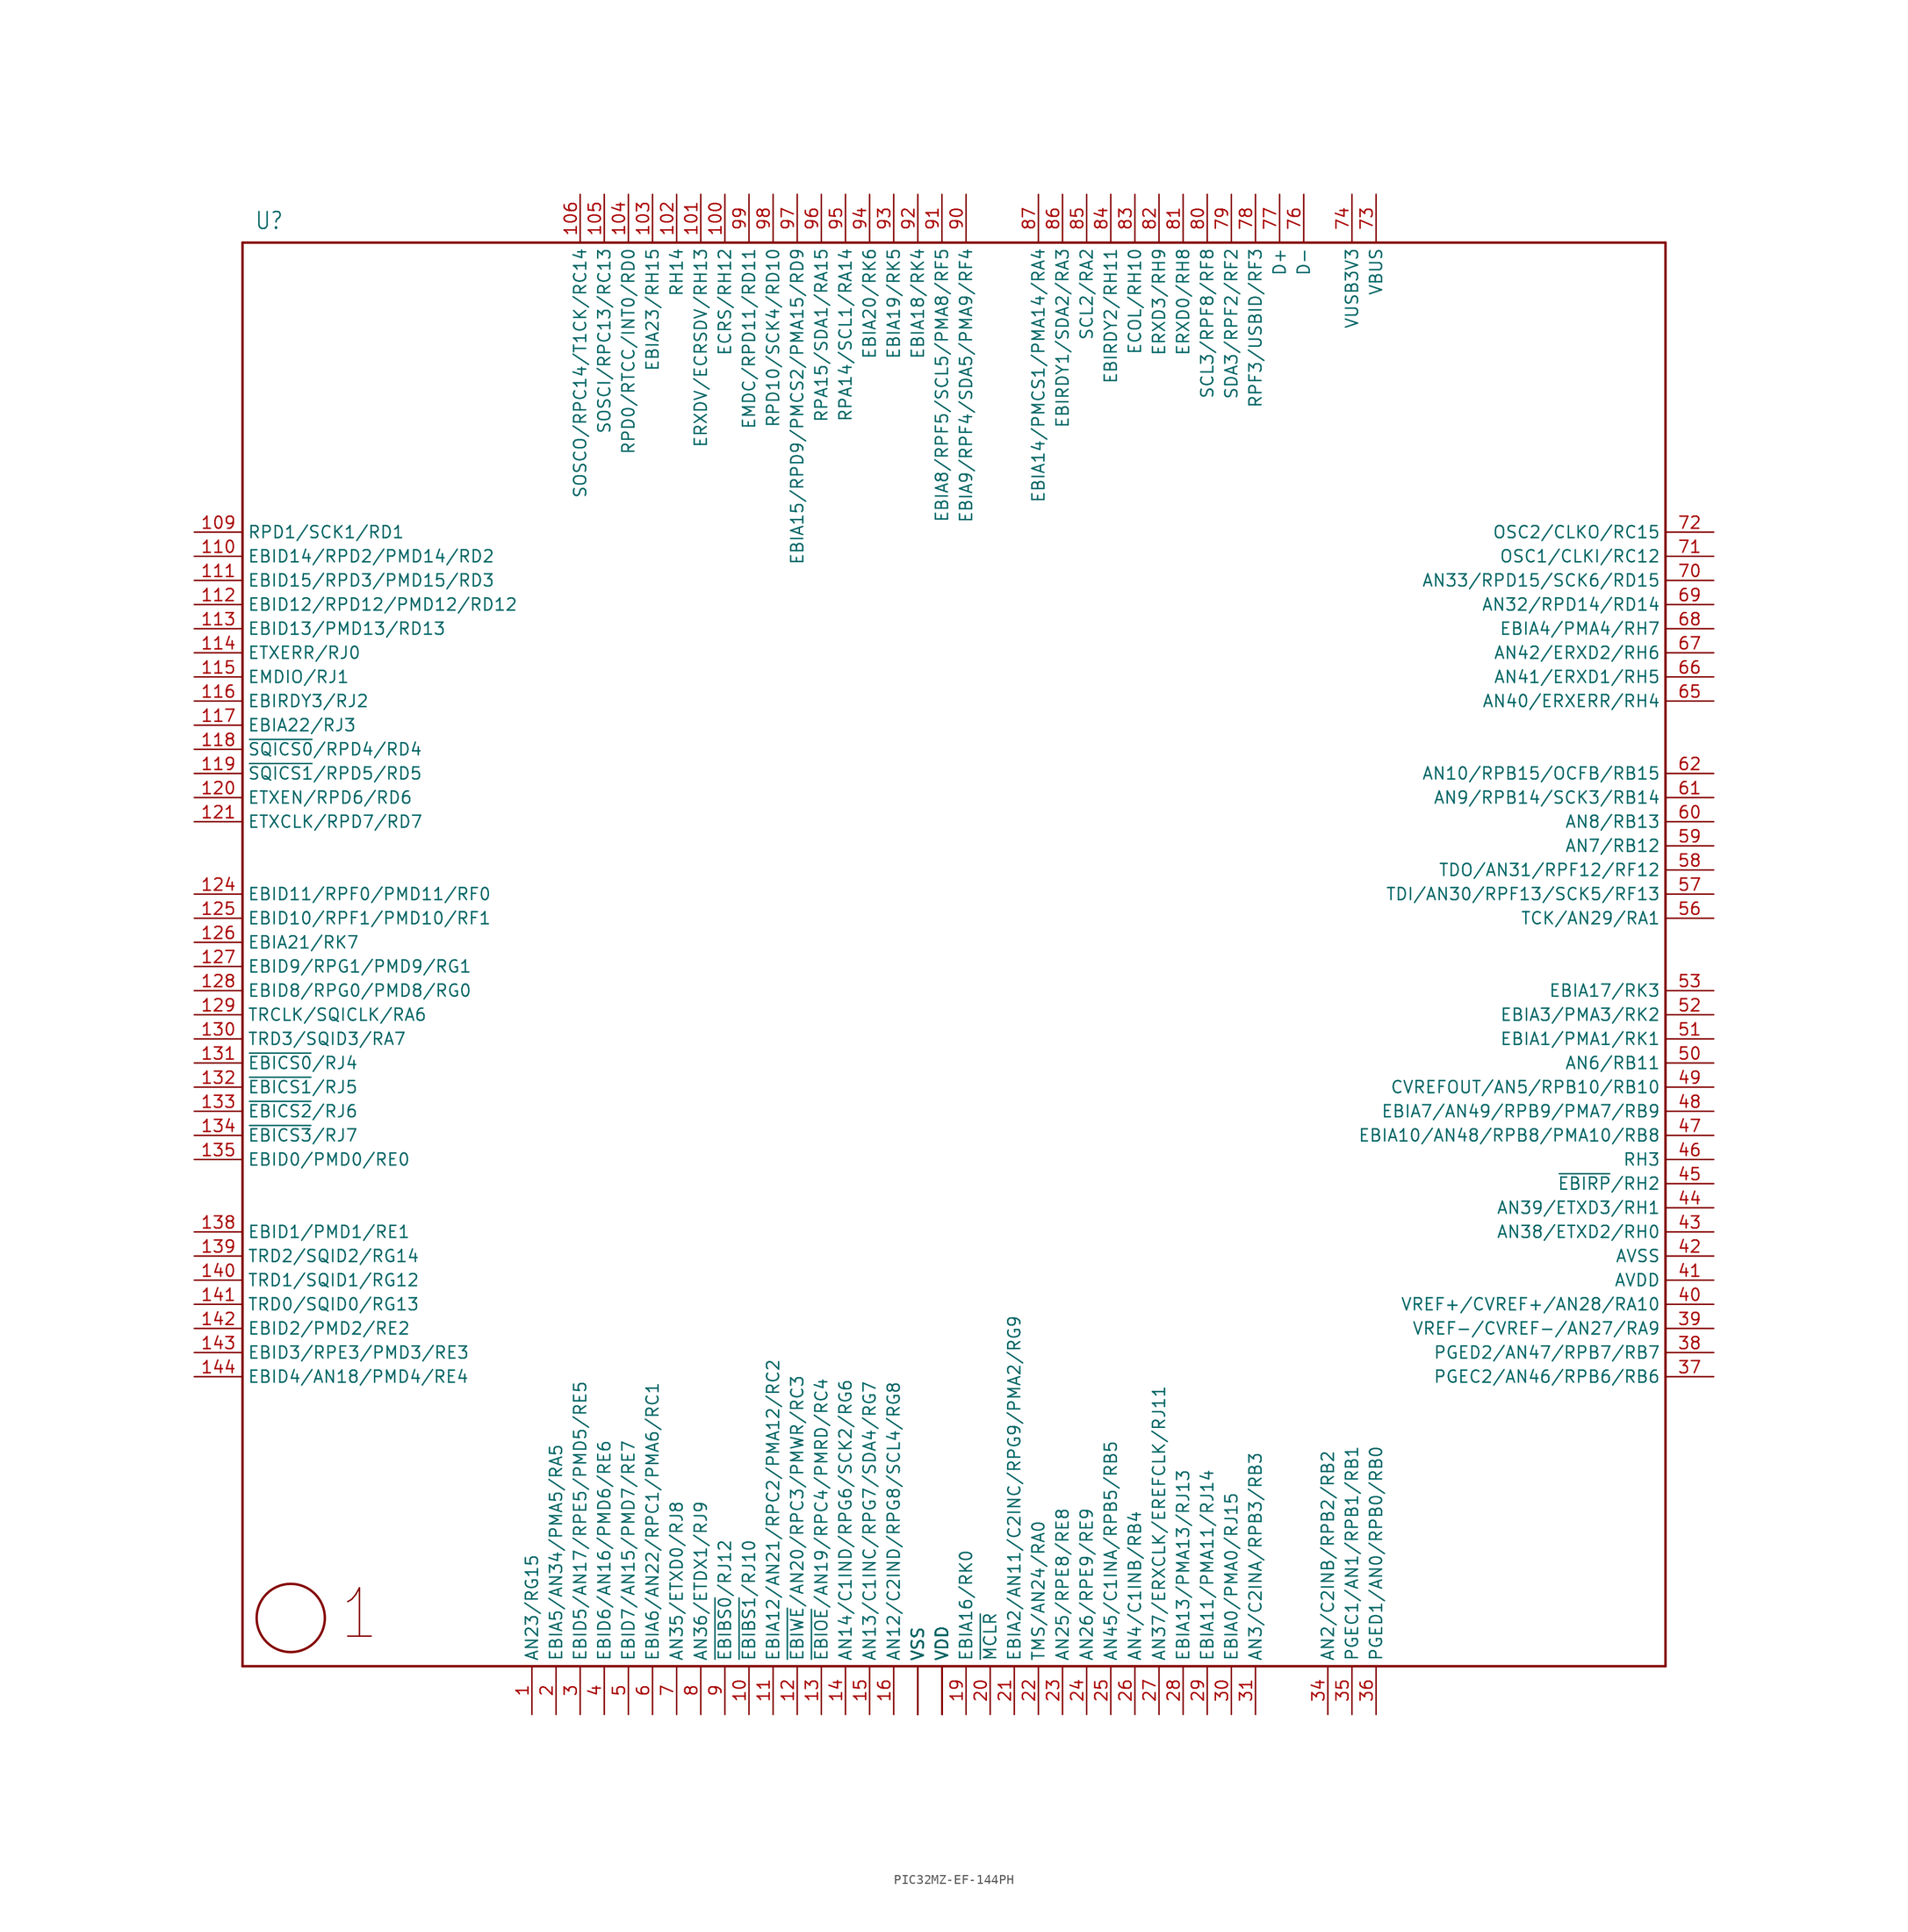
<source format=kicad_sym>
(kicad_symbol_lib
  (version 20231120)
  (generator "kicad_symbol_editor")
  (generator_version "8.0")
  (symbol "PIC32MZ-EF-144PH"
    (property "Reference" "U"
      (at -52.07 52.07 0)
      (effects (font (size 1.778 1.511)) (justify left bottom)))
    (property "Value" ""
      (at -10.16 -20.32 0)
      (effects (font (size 5.08 4.318)) (justify left bottom)))
    (property "ki_locked" ""
      (at 0 0 0)
      (effects (font (size 1.27 1.27))))
    (symbol "PIC32MZ-EF-144PH_1_0"
      (circle (center -48.26 -93.98) (radius 3.592) (stroke (width 0.254) (type solid)) (fill (type none)))
      (polyline (pts (xy -53.34 -99.06) (xy -53.34 50.8)) (stroke (width 0.254) (type solid)) (fill (type none)))
      (polyline (pts (xy -53.34 50.8) (xy 96.52 50.8)) (stroke (width 0.254) (type solid)) (fill (type none)))
      (polyline (pts (xy 96.52 -99.06) (xy -53.34 -99.06)) (stroke (width 0.254) (type solid)) (fill (type none)))
      (polyline (pts (xy 96.52 50.8) (xy 96.52 -99.06)) (stroke (width 0.254) (type solid)) (fill (type none)))
      (text "1" (at -43.18 -96.52 0) (effects (font (size 5.08 4.318)) (justify left bottom)))
      (pin bidirectional line (at -22.86 -104.14 90) (length 5.08) (name "AN23/RG15" (effects (font (size 1.27 1.27)))) (number "1" (effects (font (size 1.27 1.27)))))
      (pin bidirectional line (at 0 -104.14 90) (length 5.08) (name "~{EBIBS1}/RJ10" (effects (font (size 1.27 1.27)))) (number "10" (effects (font (size 1.27 1.27)))))
      (pin bidirectional line (at -2.54 55.88 270) (length 5.08) (name "ECRS/RH12" (effects (font (size 1.27 1.27)))) (number "100" (effects (font (size 1.27 1.27)))))
      (pin bidirectional line (at -5.08 55.88 270) (length 5.08) (name "ERXDV/ECRSDV/RH13" (effects (font (size 1.27 1.27)))) (number "101" (effects (font (size 1.27 1.27)))))
      (pin bidirectional line (at -7.62 55.88 270) (length 5.08) (name "RH14" (effects (font (size 1.27 1.27)))) (number "102" (effects (font (size 1.27 1.27)))))
      (pin bidirectional line (at -10.16 55.88 270) (length 5.08) (name "EBIA23/RH15" (effects (font (size 1.27 1.27)))) (number "103" (effects (font (size 1.27 1.27)))))
      (pin bidirectional line (at -12.7 55.88 270) (length 5.08) (name "RPD0/RTCC/INT0/RD0" (effects (font (size 1.27 1.27)))) (number "104" (effects (font (size 1.27 1.27)))))
      (pin bidirectional line (at -15.24 55.88 270) (length 5.08) (name "SOSCI/RPC13/RC13" (effects (font (size 1.27 1.27)))) (number "105" (effects (font (size 1.27 1.27)))))
      (pin bidirectional line (at -17.78 55.88 270) (length 5.08) (name "SOSCO/RPC14/T1CK/RC14" (effects (font (size 1.27 1.27)))) (number "106" (effects (font (size 1.27 1.27)))))
      (pin bidirectional line (at 20.32 -104.14 90) (length 5.08) (name "VDD" (effects (font (size 1.27 1.27)))) (number "107" (effects (font (size 0 0)))))
      (pin bidirectional line (at 17.78 -104.14 90) (length 5.08) (name "VSS" (effects (font (size 1.27 1.27)))) (number "108" (effects (font (size 0 0)))))
      (pin bidirectional line (at -58.42 20.32 0) (length 5.08) (name "RPD1/SCK1/RD1" (effects (font (size 1.27 1.27)))) (number "109" (effects (font (size 1.27 1.27)))))
      (pin bidirectional line (at 2.54 -104.14 90) (length 5.08) (name "EBIA12/AN21/RPC2/PMA12/RC2" (effects (font (size 1.27 1.27)))) (number "11" (effects (font (size 1.27 1.27)))))
      (pin bidirectional line (at -58.42 17.78 0) (length 5.08) (name "EBID14/RPD2/PMD14/RD2" (effects (font (size 1.27 1.27)))) (number "110" (effects (font (size 1.27 1.27)))))
      (pin bidirectional line (at -58.42 15.24 0) (length 5.08) (name "EBID15/RPD3/PMD15/RD3" (effects (font (size 1.27 1.27)))) (number "111" (effects (font (size 1.27 1.27)))))
      (pin bidirectional line (at -58.42 12.7 0) (length 5.08) (name "EBID12/RPD12/PMD12/RD12" (effects (font (size 1.27 1.27)))) (number "112" (effects (font (size 1.27 1.27)))))
      (pin bidirectional line (at -58.42 10.16 0) (length 5.08) (name "EBID13/PMD13/RD13" (effects (font (size 1.27 1.27)))) (number "113" (effects (font (size 1.27 1.27)))))
      (pin bidirectional line (at -58.42 7.62 0) (length 5.08) (name "ETXERR/RJ0" (effects (font (size 1.27 1.27)))) (number "114" (effects (font (size 1.27 1.27)))))
      (pin bidirectional line (at -58.42 5.08 0) (length 5.08) (name "EMDIO/RJ1" (effects (font (size 1.27 1.27)))) (number "115" (effects (font (size 1.27 1.27)))))
      (pin bidirectional line (at -58.42 2.54 0) (length 5.08) (name "EBIRDY3/RJ2" (effects (font (size 1.27 1.27)))) (number "116" (effects (font (size 1.27 1.27)))))
      (pin bidirectional line (at -58.42 0 0) (length 5.08) (name "EBIA22/RJ3" (effects (font (size 1.27 1.27)))) (number "117" (effects (font (size 1.27 1.27)))))
      (pin bidirectional line (at -58.42 -2.54 0) (length 5.08) (name "~{SQICS0}/RPD4/RD4" (effects (font (size 1.27 1.27)))) (number "118" (effects (font (size 1.27 1.27)))))
      (pin bidirectional line (at -58.42 -5.08 0) (length 5.08) (name "~{SQICS1}/RPD5/RD5" (effects (font (size 1.27 1.27)))) (number "119" (effects (font (size 1.27 1.27)))))
      (pin bidirectional line (at 5.08 -104.14 90) (length 5.08) (name "~{EBIWE}/AN20/RPC3/PMWR/RC3" (effects (font (size 1.27 1.27)))) (number "12" (effects (font (size 1.27 1.27)))))
      (pin bidirectional line (at -58.42 -7.62 0) (length 5.08) (name "ETXEN/RPD6/RD6" (effects (font (size 1.27 1.27)))) (number "120" (effects (font (size 1.27 1.27)))))
      (pin bidirectional line (at -58.42 -10.16 0) (length 5.08) (name "ETXCLK/RPD7/RD7" (effects (font (size 1.27 1.27)))) (number "121" (effects (font (size 1.27 1.27)))))
      (pin bidirectional line (at 20.32 -104.14 90) (length 5.08) (name "VDD" (effects (font (size 1.27 1.27)))) (number "122" (effects (font (size 0 0)))))
      (pin bidirectional line (at 17.78 -104.14 90) (length 5.08) (name "VSS" (effects (font (size 1.27 1.27)))) (number "123" (effects (font (size 0 0)))))
      (pin bidirectional line (at -58.42 -17.78 0) (length 5.08) (name "EBID11/RPF0/PMD11/RF0" (effects (font (size 1.27 1.27)))) (number "124" (effects (font (size 1.27 1.27)))))
      (pin bidirectional line (at -58.42 -20.32 0) (length 5.08) (name "EBID10/RPF1/PMD10/RF1" (effects (font (size 1.27 1.27)))) (number "125" (effects (font (size 1.27 1.27)))))
      (pin bidirectional line (at -58.42 -22.86 0) (length 5.08) (name "EBIA21/RK7" (effects (font (size 1.27 1.27)))) (number "126" (effects (font (size 1.27 1.27)))))
      (pin bidirectional line (at -58.42 -25.4 0) (length 5.08) (name "EBID9/RPG1/PMD9/RG1" (effects (font (size 1.27 1.27)))) (number "127" (effects (font (size 1.27 1.27)))))
      (pin bidirectional line (at -58.42 -27.94 0) (length 5.08) (name "EBID8/RPG0/PMD8/RG0" (effects (font (size 1.27 1.27)))) (number "128" (effects (font (size 1.27 1.27)))))
      (pin bidirectional line (at -58.42 -30.48 0) (length 5.08) (name "TRCLK/SQICLK/RA6" (effects (font (size 1.27 1.27)))) (number "129" (effects (font (size 1.27 1.27)))))
      (pin bidirectional line (at 7.62 -104.14 90) (length 5.08) (name "~{EBIOE}/AN19/RPC4/PMRD/RC4" (effects (font (size 1.27 1.27)))) (number "13" (effects (font (size 1.27 1.27)))))
      (pin bidirectional line (at -58.42 -33.02 0) (length 5.08) (name "TRD3/SQID3/RA7" (effects (font (size 1.27 1.27)))) (number "130" (effects (font (size 1.27 1.27)))))
      (pin bidirectional line (at -58.42 -35.56 0) (length 5.08) (name "~{EBICS0}/RJ4" (effects (font (size 1.27 1.27)))) (number "131" (effects (font (size 1.27 1.27)))))
      (pin bidirectional line (at -58.42 -38.1 0) (length 5.08) (name "~{EBICS1}/RJ5" (effects (font (size 1.27 1.27)))) (number "132" (effects (font (size 1.27 1.27)))))
      (pin bidirectional line (at -58.42 -40.64 0) (length 5.08) (name "~{EBICS2}/RJ6" (effects (font (size 1.27 1.27)))) (number "133" (effects (font (size 1.27 1.27)))))
      (pin bidirectional line (at -58.42 -43.18 0) (length 5.08) (name "~{EBICS3}/RJ7" (effects (font (size 1.27 1.27)))) (number "134" (effects (font (size 1.27 1.27)))))
      (pin bidirectional line (at -58.42 -45.72 0) (length 5.08) (name "EBID0/PMD0/RE0" (effects (font (size 1.27 1.27)))) (number "135" (effects (font (size 1.27 1.27)))))
      (pin bidirectional line (at 17.78 -104.14 90) (length 5.08) (name "VSS" (effects (font (size 1.27 1.27)))) (number "136" (effects (font (size 0 0)))))
      (pin bidirectional line (at 20.32 -104.14 90) (length 5.08) (name "VDD" (effects (font (size 1.27 1.27)))) (number "137" (effects (font (size 0 0)))))
      (pin bidirectional line (at -58.42 -53.34 0) (length 5.08) (name "EBID1/PMD1/RE1" (effects (font (size 1.27 1.27)))) (number "138" (effects (font (size 1.27 1.27)))))
      (pin bidirectional line (at -58.42 -55.88 0) (length 5.08) (name "TRD2/SQID2/RG14" (effects (font (size 1.27 1.27)))) (number "139" (effects (font (size 1.27 1.27)))))
      (pin bidirectional line (at 10.16 -104.14 90) (length 5.08) (name "AN14/C1IND/RPG6/SCK2/RG6" (effects (font (size 1.27 1.27)))) (number "14" (effects (font (size 1.27 1.27)))))
      (pin bidirectional line (at -58.42 -58.42 0) (length 5.08) (name "TRD1/SQID1/RG12" (effects (font (size 1.27 1.27)))) (number "140" (effects (font (size 1.27 1.27)))))
      (pin bidirectional line (at -58.42 -60.96 0) (length 5.08) (name "TRD0/SQID0/RG13" (effects (font (size 1.27 1.27)))) (number "141" (effects (font (size 1.27 1.27)))))
      (pin bidirectional line (at -58.42 -63.5 0) (length 5.08) (name "EBID2/PMD2/RE2" (effects (font (size 1.27 1.27)))) (number "142" (effects (font (size 1.27 1.27)))))
      (pin bidirectional line (at -58.42 -66.04 0) (length 5.08) (name "EBID3/RPE3/PMD3/RE3" (effects (font (size 1.27 1.27)))) (number "143" (effects (font (size 1.27 1.27)))))
      (pin bidirectional line (at -58.42 -68.58 0) (length 5.08) (name "EBID4/AN18/PMD4/RE4" (effects (font (size 1.27 1.27)))) (number "144" (effects (font (size 1.27 1.27)))))
      (pin bidirectional line (at 12.7 -104.14 90) (length 5.08) (name "AN13/C1INC/RPG7/SDA4/RG7" (effects (font (size 1.27 1.27)))) (number "15" (effects (font (size 1.27 1.27)))))
      (pin bidirectional line (at 15.24 -104.14 90) (length 5.08) (name "AN12/C2IND/RPG8/SCL4/RG8" (effects (font (size 1.27 1.27)))) (number "16" (effects (font (size 1.27 1.27)))))
      (pin bidirectional line (at 17.78 -104.14 90) (length 5.08) (name "VSS" (effects (font (size 1.27 1.27)))) (number "17" (effects (font (size 0 0)))))
      (pin bidirectional line (at 20.32 -104.14 90) (length 5.08) (name "VDD" (effects (font (size 1.27 1.27)))) (number "18" (effects (font (size 0 0)))))
      (pin bidirectional line (at 22.86 -104.14 90) (length 5.08) (name "EBIA16/RK0" (effects (font (size 1.27 1.27)))) (number "19" (effects (font (size 1.27 1.27)))))
      (pin bidirectional line (at -20.32 -104.14 90) (length 5.08) (name "EBIA5/AN34/PMA5/RA5" (effects (font (size 1.27 1.27)))) (number "2" (effects (font (size 1.27 1.27)))))
      (pin bidirectional line (at 25.4 -104.14 90) (length 5.08) (name "~{MCLR}" (effects (font (size 1.27 1.27)))) (number "20" (effects (font (size 1.27 1.27)))))
      (pin bidirectional line (at 27.94 -104.14 90) (length 5.08) (name "EBIA2/AN11/C2INC/RPG9/PMA2/RG9" (effects (font (size 1.27 1.27)))) (number "21" (effects (font (size 1.27 1.27)))))
      (pin bidirectional line (at 30.48 -104.14 90) (length 5.08) (name "TMS/AN24/RA0" (effects (font (size 1.27 1.27)))) (number "22" (effects (font (size 1.27 1.27)))))
      (pin bidirectional line (at 33.02 -104.14 90) (length 5.08) (name "AN25/RPE8/RE8" (effects (font (size 1.27 1.27)))) (number "23" (effects (font (size 1.27 1.27)))))
      (pin bidirectional line (at 35.56 -104.14 90) (length 5.08) (name "AN26/RPE9/RE9" (effects (font (size 1.27 1.27)))) (number "24" (effects (font (size 1.27 1.27)))))
      (pin bidirectional line (at 38.1 -104.14 90) (length 5.08) (name "AN45/C1INA/RPB5/RB5" (effects (font (size 1.27 1.27)))) (number "25" (effects (font (size 1.27 1.27)))))
      (pin bidirectional line (at 40.64 -104.14 90) (length 5.08) (name "AN4/C1INB/RB4" (effects (font (size 1.27 1.27)))) (number "26" (effects (font (size 1.27 1.27)))))
      (pin bidirectional line (at 43.18 -104.14 90) (length 5.08) (name "AN37/ERXCLK/EREFCLK/RJ11" (effects (font (size 1.27 1.27)))) (number "27" (effects (font (size 1.27 1.27)))))
      (pin bidirectional line (at 45.72 -104.14 90) (length 5.08) (name "EBIA13/PMA13/RJ13" (effects (font (size 1.27 1.27)))) (number "28" (effects (font (size 1.27 1.27)))))
      (pin bidirectional line (at 48.26 -104.14 90) (length 5.08) (name "EBIA11/PMA11/RJ14" (effects (font (size 1.27 1.27)))) (number "29" (effects (font (size 1.27 1.27)))))
      (pin bidirectional line (at -17.78 -104.14 90) (length 5.08) (name "EBID5/AN17/RPE5/PMD5/RE5" (effects (font (size 1.27 1.27)))) (number "3" (effects (font (size 1.27 1.27)))))
      (pin bidirectional line (at 50.8 -104.14 90) (length 5.08) (name "EBIA0/PMA0/RJ15" (effects (font (size 1.27 1.27)))) (number "30" (effects (font (size 1.27 1.27)))))
      (pin bidirectional line (at 53.34 -104.14 90) (length 5.08) (name "AN3/C2INA/RPB3/RB3" (effects (font (size 1.27 1.27)))) (number "31" (effects (font (size 1.27 1.27)))))
      (pin bidirectional line (at 17.78 -104.14 90) (length 5.08) (name "VSS" (effects (font (size 1.27 1.27)))) (number "32" (effects (font (size 0 0)))))
      (pin bidirectional line (at 20.32 -104.14 90) (length 5.08) (name "VDD" (effects (font (size 1.27 1.27)))) (number "33" (effects (font (size 0 0)))))
      (pin bidirectional line (at 60.96 -104.14 90) (length 5.08) (name "AN2/C2INB/RPB2/RB2" (effects (font (size 1.27 1.27)))) (number "34" (effects (font (size 1.27 1.27)))))
      (pin bidirectional line (at 63.5 -104.14 90) (length 5.08) (name "PGEC1/AN1/RPB1/RB1" (effects (font (size 1.27 1.27)))) (number "35" (effects (font (size 1.27 1.27)))))
      (pin bidirectional line (at 66.04 -104.14 90) (length 5.08) (name "PGED1/AN0/RPB0/RB0" (effects (font (size 1.27 1.27)))) (number "36" (effects (font (size 1.27 1.27)))))
      (pin bidirectional line (at 101.6 -68.58 180) (length 5.08) (name "PGEC2/AN46/RPB6/RB6" (effects (font (size 1.27 1.27)))) (number "37" (effects (font (size 1.27 1.27)))))
      (pin bidirectional line (at 101.6 -66.04 180) (length 5.08) (name "PGED2/AN47/RPB7/RB7" (effects (font (size 1.27 1.27)))) (number "38" (effects (font (size 1.27 1.27)))))
      (pin bidirectional line (at 101.6 -63.5 180) (length 5.08) (name "VREF-/CVREF-/AN27/RA9" (effects (font (size 1.27 1.27)))) (number "39" (effects (font (size 1.27 1.27)))))
      (pin bidirectional line (at -15.24 -104.14 90) (length 5.08) (name "EBID6/AN16/PMD6/RE6" (effects (font (size 1.27 1.27)))) (number "4" (effects (font (size 1.27 1.27)))))
      (pin bidirectional line (at 101.6 -60.96 180) (length 5.08) (name "VREF+/CVREF+/AN28/RA10" (effects (font (size 1.27 1.27)))) (number "40" (effects (font (size 1.27 1.27)))))
      (pin bidirectional line (at 101.6 -58.42 180) (length 5.08) (name "AVDD" (effects (font (size 1.27 1.27)))) (number "41" (effects (font (size 1.27 1.27)))))
      (pin bidirectional line (at 101.6 -55.88 180) (length 5.08) (name "AVSS" (effects (font (size 1.27 1.27)))) (number "42" (effects (font (size 1.27 1.27)))))
      (pin bidirectional line (at 101.6 -53.34 180) (length 5.08) (name "AN38/ETXD2/RH0" (effects (font (size 1.27 1.27)))) (number "43" (effects (font (size 1.27 1.27)))))
      (pin bidirectional line (at 101.6 -50.8 180) (length 5.08) (name "AN39/ETXD3/RH1" (effects (font (size 1.27 1.27)))) (number "44" (effects (font (size 1.27 1.27)))))
      (pin bidirectional line (at 101.6 -48.26 180) (length 5.08) (name "~{EBIRP}/RH2" (effects (font (size 1.27 1.27)))) (number "45" (effects (font (size 1.27 1.27)))))
      (pin bidirectional line (at 101.6 -45.72 180) (length 5.08) (name "RH3" (effects (font (size 1.27 1.27)))) (number "46" (effects (font (size 1.27 1.27)))))
      (pin bidirectional line (at 101.6 -43.18 180) (length 5.08) (name "EBIA10/AN48/RPB8/PMA10/RB8" (effects (font (size 1.27 1.27)))) (number "47" (effects (font (size 1.27 1.27)))))
      (pin bidirectional line (at 101.6 -40.64 180) (length 5.08) (name "EBIA7/AN49/RPB9/PMA7/RB9" (effects (font (size 1.27 1.27)))) (number "48" (effects (font (size 1.27 1.27)))))
      (pin bidirectional line (at 101.6 -38.1 180) (length 5.08) (name "CVREFOUT/AN5/RPB10/RB10" (effects (font (size 1.27 1.27)))) (number "49" (effects (font (size 1.27 1.27)))))
      (pin bidirectional line (at -12.7 -104.14 90) (length 5.08) (name "EBID7/AN15/PMD7/RE7" (effects (font (size 1.27 1.27)))) (number "5" (effects (font (size 1.27 1.27)))))
      (pin bidirectional line (at 101.6 -35.56 180) (length 5.08) (name "AN6/RB11" (effects (font (size 1.27 1.27)))) (number "50" (effects (font (size 1.27 1.27)))))
      (pin bidirectional line (at 101.6 -33.02 180) (length 5.08) (name "EBIA1/PMA1/RK1" (effects (font (size 1.27 1.27)))) (number "51" (effects (font (size 1.27 1.27)))))
      (pin bidirectional line (at 101.6 -30.48 180) (length 5.08) (name "EBIA3/PMA3/RK2" (effects (font (size 1.27 1.27)))) (number "52" (effects (font (size 1.27 1.27)))))
      (pin bidirectional line (at 101.6 -27.94 180) (length 5.08) (name "EBIA17/RK3" (effects (font (size 1.27 1.27)))) (number "53" (effects (font (size 1.27 1.27)))))
      (pin bidirectional line (at 17.78 -104.14 90) (length 5.08) (name "VSS" (effects (font (size 1.27 1.27)))) (number "54" (effects (font (size 0 0)))))
      (pin bidirectional line (at 20.32 -104.14 90) (length 5.08) (name "VDD" (effects (font (size 1.27 1.27)))) (number "55" (effects (font (size 0 0)))))
      (pin bidirectional line (at 101.6 -20.32 180) (length 5.08) (name "TCK/AN29/RA1" (effects (font (size 1.27 1.27)))) (number "56" (effects (font (size 1.27 1.27)))))
      (pin bidirectional line (at 101.6 -17.78 180) (length 5.08) (name "TDI/AN30/RPF13/SCK5/RF13" (effects (font (size 1.27 1.27)))) (number "57" (effects (font (size 1.27 1.27)))))
      (pin bidirectional line (at 101.6 -15.24 180) (length 5.08) (name "TDO/AN31/RPF12/RF12" (effects (font (size 1.27 1.27)))) (number "58" (effects (font (size 1.27 1.27)))))
      (pin bidirectional line (at 101.6 -12.7 180) (length 5.08) (name "AN7/RB12" (effects (font (size 1.27 1.27)))) (number "59" (effects (font (size 1.27 1.27)))))
      (pin bidirectional line (at -10.16 -104.14 90) (length 5.08) (name "EBIA6/AN22/RPC1/PMA6/RC1" (effects (font (size 1.27 1.27)))) (number "6" (effects (font (size 1.27 1.27)))))
      (pin bidirectional line (at 101.6 -10.16 180) (length 5.08) (name "AN8/RB13" (effects (font (size 1.27 1.27)))) (number "60" (effects (font (size 1.27 1.27)))))
      (pin bidirectional line (at 101.6 -7.62 180) (length 5.08) (name "AN9/RPB14/SCK3/RB14" (effects (font (size 1.27 1.27)))) (number "61" (effects (font (size 1.27 1.27)))))
      (pin bidirectional line (at 101.6 -5.08 180) (length 5.08) (name "AN10/RPB15/OCFB/RB15" (effects (font (size 1.27 1.27)))) (number "62" (effects (font (size 1.27 1.27)))))
      (pin bidirectional line (at 17.78 -104.14 90) (length 5.08) (name "VSS" (effects (font (size 1.27 1.27)))) (number "63" (effects (font (size 0 0)))))
      (pin bidirectional line (at 20.32 -104.14 90) (length 5.08) (name "VDD" (effects (font (size 1.27 1.27)))) (number "64" (effects (font (size 0 0)))))
      (pin bidirectional line (at 101.6 2.54 180) (length 5.08) (name "AN40/ERXERR/RH4" (effects (font (size 1.27 1.27)))) (number "65" (effects (font (size 1.27 1.27)))))
      (pin bidirectional line (at 101.6 5.08 180) (length 5.08) (name "AN41/ERXD1/RH5" (effects (font (size 1.27 1.27)))) (number "66" (effects (font (size 1.27 1.27)))))
      (pin bidirectional line (at 101.6 7.62 180) (length 5.08) (name "AN42/ERXD2/RH6" (effects (font (size 1.27 1.27)))) (number "67" (effects (font (size 1.27 1.27)))))
      (pin bidirectional line (at 101.6 10.16 180) (length 5.08) (name "EBIA4/PMA4/RH7" (effects (font (size 1.27 1.27)))) (number "68" (effects (font (size 1.27 1.27)))))
      (pin bidirectional line (at 101.6 12.7 180) (length 5.08) (name "AN32/RPD14/RD14" (effects (font (size 1.27 1.27)))) (number "69" (effects (font (size 1.27 1.27)))))
      (pin bidirectional line (at -7.62 -104.14 90) (length 5.08) (name "AN35/ETXD0/RJ8" (effects (font (size 1.27 1.27)))) (number "7" (effects (font (size 1.27 1.27)))))
      (pin bidirectional line (at 101.6 15.24 180) (length 5.08) (name "AN33/RPD15/SCK6/RD15" (effects (font (size 1.27 1.27)))) (number "70" (effects (font (size 1.27 1.27)))))
      (pin bidirectional line (at 101.6 17.78 180) (length 5.08) (name "OSC1/CLKI/RC12" (effects (font (size 1.27 1.27)))) (number "71" (effects (font (size 1.27 1.27)))))
      (pin bidirectional line (at 101.6 20.32 180) (length 5.08) (name "OSC2/CLKO/RC15" (effects (font (size 1.27 1.27)))) (number "72" (effects (font (size 1.27 1.27)))))
      (pin bidirectional line (at 66.04 55.88 270) (length 5.08) (name "VBUS" (effects (font (size 1.27 1.27)))) (number "73" (effects (font (size 1.27 1.27)))))
      (pin power_in line (at 63.5 55.88 270) (length 5.08) (name "VUSB3V3" (effects (font (size 1.27 1.27)))) (number "74" (effects (font (size 1.27 1.27)))))
      (pin bidirectional line (at 17.78 -104.14 90) (length 5.08) (name "VSS" (effects (font (size 1.27 1.27)))) (number "75" (effects (font (size 0 0)))))
      (pin bidirectional line (at 58.42 55.88 270) (length 5.08) (name "D-" (effects (font (size 1.27 1.27)))) (number "76" (effects (font (size 1.27 1.27)))))
      (pin bidirectional line (at 55.88 55.88 270) (length 5.08) (name "D+" (effects (font (size 1.27 1.27)))) (number "77" (effects (font (size 1.27 1.27)))))
      (pin bidirectional line (at 53.34 55.88 270) (length 5.08) (name "RPF3/USBID/RF3" (effects (font (size 1.27 1.27)))) (number "78" (effects (font (size 1.27 1.27)))))
      (pin bidirectional line (at 50.8 55.88 270) (length 5.08) (name "SDA3/RPF2/RF2" (effects (font (size 1.27 1.27)))) (number "79" (effects (font (size 1.27 1.27)))))
      (pin bidirectional line (at -5.08 -104.14 90) (length 5.08) (name "AN36/ETDX1/RJ9" (effects (font (size 1.27 1.27)))) (number "8" (effects (font (size 1.27 1.27)))))
      (pin bidirectional line (at 48.26 55.88 270) (length 5.08) (name "SCL3/RPF8/RF8" (effects (font (size 1.27 1.27)))) (number "80" (effects (font (size 1.27 1.27)))))
      (pin bidirectional line (at 45.72 55.88 270) (length 5.08) (name "ERXD0/RH8" (effects (font (size 1.27 1.27)))) (number "81" (effects (font (size 1.27 1.27)))))
      (pin bidirectional line (at 43.18 55.88 270) (length 5.08) (name "ERXD3/RH9" (effects (font (size 1.27 1.27)))) (number "82" (effects (font (size 1.27 1.27)))))
      (pin bidirectional line (at 40.64 55.88 270) (length 5.08) (name "ECOL/RH10" (effects (font (size 1.27 1.27)))) (number "83" (effects (font (size 1.27 1.27)))))
      (pin bidirectional line (at 38.1 55.88 270) (length 5.08) (name "EBIRDY2/RH11" (effects (font (size 1.27 1.27)))) (number "84" (effects (font (size 1.27 1.27)))))
      (pin bidirectional line (at 35.56 55.88 270) (length 5.08) (name "SCL2/RA2" (effects (font (size 1.27 1.27)))) (number "85" (effects (font (size 1.27 1.27)))))
      (pin bidirectional line (at 33.02 55.88 270) (length 5.08) (name "EBIRDY1/SDA2/RA3" (effects (font (size 1.27 1.27)))) (number "86" (effects (font (size 1.27 1.27)))))
      (pin bidirectional line (at 30.48 55.88 270) (length 5.08) (name "EBIA14/PMCS1/PMA14/RA4" (effects (font (size 1.27 1.27)))) (number "87" (effects (font (size 1.27 1.27)))))
      (pin bidirectional line (at 20.32 -104.14 90) (length 5.08) (name "VDD" (effects (font (size 1.27 1.27)))) (number "88" (effects (font (size 0 0)))))
      (pin bidirectional line (at 17.78 -104.14 90) (length 5.08) (name "VSS" (effects (font (size 1.27 1.27)))) (number "89" (effects (font (size 0 0)))))
      (pin bidirectional line (at -2.54 -104.14 90) (length 5.08) (name "~{EBIBS0}/RJ12" (effects (font (size 1.27 1.27)))) (number "9" (effects (font (size 1.27 1.27)))))
      (pin bidirectional line (at 22.86 55.88 270) (length 5.08) (name "EBIA9/RPF4/SDA5/PMA9/RF4" (effects (font (size 1.27 1.27)))) (number "90" (effects (font (size 1.27 1.27)))))
      (pin bidirectional line (at 20.32 55.88 270) (length 5.08) (name "EBIA8/RPF5/SCL5/PMA8/RF5" (effects (font (size 1.27 1.27)))) (number "91" (effects (font (size 1.27 1.27)))))
      (pin bidirectional line (at 17.78 55.88 270) (length 5.08) (name "EBIA18/RK4" (effects (font (size 1.27 1.27)))) (number "92" (effects (font (size 1.27 1.27)))))
      (pin bidirectional line (at 15.24 55.88 270) (length 5.08) (name "EBIA19/RK5" (effects (font (size 1.27 1.27)))) (number "93" (effects (font (size 1.27 1.27)))))
      (pin bidirectional line (at 12.7 55.88 270) (length 5.08) (name "EBIA20/RK6" (effects (font (size 1.27 1.27)))) (number "94" (effects (font (size 1.27 1.27)))))
      (pin bidirectional line (at 10.16 55.88 270) (length 5.08) (name "RPA14/SCL1/RA14" (effects (font (size 1.27 1.27)))) (number "95" (effects (font (size 1.27 1.27)))))
      (pin bidirectional line (at 7.62 55.88 270) (length 5.08) (name "RPA15/SDA1/RA15" (effects (font (size 1.27 1.27)))) (number "96" (effects (font (size 1.27 1.27)))))
      (pin bidirectional line (at 5.08 55.88 270) (length 5.08) (name "EBIA15/RPD9/PMCS2/PMA15/RD9" (effects (font (size 1.27 1.27)))) (number "97" (effects (font (size 1.27 1.27)))))
      (pin bidirectional line (at 2.54 55.88 270) (length 5.08) (name "RPD10/SCK4/RD10" (effects (font (size 1.27 1.27)))) (number "98" (effects (font (size 1.27 1.27)))))
      (pin bidirectional line (at 0 55.88 270) (length 5.08) (name "EMDC/RPD11/RD11" (effects (font (size 1.27 1.27)))) (number "99" (effects (font (size 1.27 1.27))))))))
</source>
